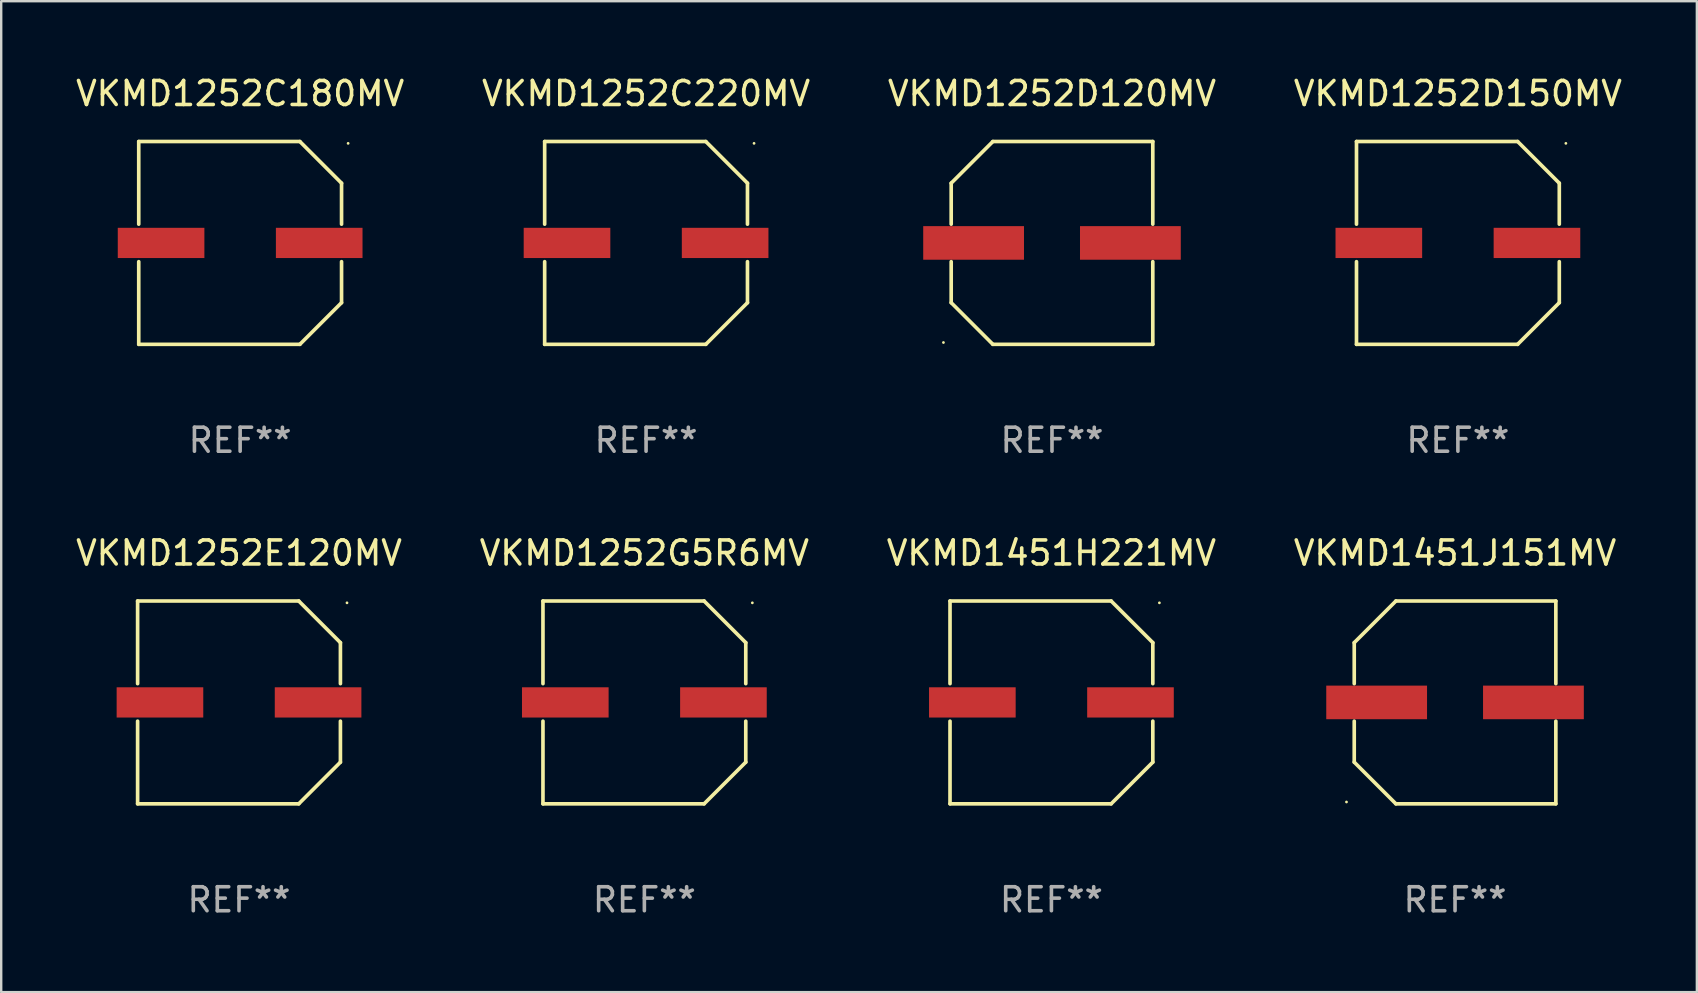
<source format=kicad_pcb>
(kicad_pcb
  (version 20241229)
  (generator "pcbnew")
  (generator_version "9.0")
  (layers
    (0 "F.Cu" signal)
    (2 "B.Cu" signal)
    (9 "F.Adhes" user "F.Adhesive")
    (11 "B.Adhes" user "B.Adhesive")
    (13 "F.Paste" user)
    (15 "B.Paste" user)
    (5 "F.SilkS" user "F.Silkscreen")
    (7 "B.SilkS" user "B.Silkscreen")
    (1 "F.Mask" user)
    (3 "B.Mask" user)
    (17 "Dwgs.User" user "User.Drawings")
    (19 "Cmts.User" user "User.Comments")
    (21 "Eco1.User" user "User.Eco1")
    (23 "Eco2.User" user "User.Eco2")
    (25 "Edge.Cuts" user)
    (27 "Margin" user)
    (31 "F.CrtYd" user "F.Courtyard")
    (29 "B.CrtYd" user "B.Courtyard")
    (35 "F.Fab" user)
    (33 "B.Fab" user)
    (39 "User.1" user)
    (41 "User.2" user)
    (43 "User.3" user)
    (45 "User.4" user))
  (footprint "VKMD1252D120MV"
    (layer "F.Cu")
    (at 40.792 7.074)
    (property "Reference" "VKMD1252D120MV" (at 0 -6.226 0) (layer "F.SilkS") (effects (font (size 1 1) (thickness 0.15))))
    (attr through_hole)
    (fp_line (start -4.201 -2.49) (end -4.201 -0.782) (stroke (width 0.152) (type solid)) (layer "F.SilkS"))
    (fp_line (start -4.201 2.49) (end -4.201 0.782) (stroke (width 0.152) (type solid)) (layer "F.SilkS"))
    (fp_line (start -2.465 -4.226) (end -4.201 -2.49) (stroke (width 0.152) (type solid)) (layer "F.SilkS"))
    (fp_line (start -2.465 4.226) (end -4.201 2.49) (stroke (width 0.152) (type solid)) (layer "F.SilkS"))
    (fp_line (start 4.201 -4.226) (end -2.465 -4.226) (stroke (width 0.152) (type solid)) (layer "F.SilkS"))
    (fp_line (start 4.201 -0.782) (end 4.201 -4.226) (stroke (width 0.152) (type solid)) (layer "F.SilkS"))
    (fp_line (start 4.201 0.782) (end 4.201 4.226) (stroke (width 0.152) (type solid)) (layer "F.SilkS"))
    (fp_line (start 4.201 4.226) (end -2.465 4.226) (stroke (width 0.152) (type solid)) (layer "F.SilkS"))
    (fp_circle (center -4.524 4.15) (end -4.494 4.15) (stroke (width 0.06) (type solid)) (fill no) (layer "F.SilkS"))
    (fp_text user "REF**" (at 0 8.226 0) (layer "F.Fab") (effects (font (size 1 1) (thickness 0.15))))
    (pad "1" smd rect (at -3.267 0) (size 4.2 1.4) (layers "F.Cu" "F.Mask" "F.Paste"))
    (pad "2" smd rect (at 3.267 0) (size 4.2 1.4) (layers "F.Cu" "F.Mask" "F.Paste")))
  (footprint "VKMD1451H221MV"
    (layer "F.Cu")
    (at 40.768 26.223)
    (property "Reference" "VKMD1451H221MV" (at 0 -6.226 0) (layer "F.SilkS") (effects (font (size 1 1) (thickness 0.15))))
    (attr through_hole)
    (fp_line (start -4.226 -4.226) (end 2.49 -4.226) (stroke (width 0.152) (type solid)) (layer "F.SilkS"))
    (fp_line (start -4.226 -0.782) (end -4.226 -4.226) (stroke (width 0.152) (type solid)) (layer "F.SilkS"))
    (fp_line (start -4.226 0.782) (end -4.226 4.226) (stroke (width 0.152) (type solid)) (layer "F.SilkS"))
    (fp_line (start -4.226 4.226) (end 2.49 4.226) (stroke (width 0.152) (type solid)) (layer "F.SilkS"))
    (fp_line (start 2.49 -4.226) (end 4.226 -2.49) (stroke (width 0.152) (type solid)) (layer "F.SilkS"))
    (fp_line (start 2.49 4.226) (end 4.226 2.49) (stroke (width 0.152) (type solid)) (layer "F.SilkS"))
    (fp_line (start 4.226 -2.49) (end 4.226 -0.782) (stroke (width 0.152) (type solid)) (layer "F.SilkS"))
    (fp_line (start 4.226 2.49) (end 4.226 0.782) (stroke (width 0.152) (type solid)) (layer "F.SilkS"))
    (fp_circle (center 4.5 -4.15) (end 4.53 -4.15) (stroke (width 0.06) (type solid)) (fill no) (layer "F.SilkS"))
    (fp_text user "REF**" (at 0 8.226 0) (layer "F.Fab") (effects (font (size 1 1) (thickness 0.15))))
    (pad "1" smd rect (at 3.295 0 180) (size 3.61 1.26) (layers "F.Cu" "F.Mask" "F.Paste"))
    (pad "2" smd rect (at -3.295 0 180) (size 3.61 1.26) (layers "F.Cu" "F.Mask" "F.Paste")))
  (footprint "VKMD1252G5R6MV"
    (layer "F.Cu")
    (at 23.804 26.223)
    (property "Reference" "VKMD1252G5R6MV" (at 0 -6.226 0) (layer "F.SilkS") (effects (font (size 1 1) (thickness 0.15))))
    (attr through_hole)
    (fp_line (start -4.226 -4.226) (end 2.49 -4.226) (stroke (width 0.152) (type solid)) (layer "F.SilkS"))
    (fp_line (start -4.226 -0.782) (end -4.226 -4.226) (stroke (width 0.152) (type solid)) (layer "F.SilkS"))
    (fp_line (start -4.226 0.782) (end -4.226 4.226) (stroke (width 0.152) (type solid)) (layer "F.SilkS"))
    (fp_line (start -4.226 4.226) (end 2.49 4.226) (stroke (width 0.152) (type solid)) (layer "F.SilkS"))
    (fp_line (start 2.49 -4.226) (end 4.226 -2.49) (stroke (width 0.152) (type solid)) (layer "F.SilkS"))
    (fp_line (start 2.49 4.226) (end 4.226 2.49) (stroke (width 0.152) (type solid)) (layer "F.SilkS"))
    (fp_line (start 4.226 -2.49) (end 4.226 -0.782) (stroke (width 0.152) (type solid)) (layer "F.SilkS"))
    (fp_line (start 4.226 2.49) (end 4.226 0.782) (stroke (width 0.152) (type solid)) (layer "F.SilkS"))
    (fp_circle (center 4.5 -4.15) (end 4.53 -4.15) (stroke (width 0.06) (type solid)) (fill no) (layer "F.SilkS"))
    (fp_text user "REF**" (at 0 8.226 0) (layer "F.Fab") (effects (font (size 1 1) (thickness 0.15))))
    (pad "1" smd rect (at 3.295 0 180) (size 3.61 1.26) (layers "F.Cu" "F.Mask" "F.Paste"))
    (pad "2" smd rect (at -3.295 0 180) (size 3.61 1.26) (layers "F.Cu" "F.Mask" "F.Paste")))
  (footprint "VKMD1252D150MV"
    (layer "F.Cu")
    (at 57.708 7.074)
    (property "Reference" "VKMD1252D150MV" (at 0 -6.226 0) (layer "F.SilkS") (effects (font (size 1 1) (thickness 0.15))))
    (attr through_hole)
    (fp_line (start -4.226 -4.226) (end 2.49 -4.226) (stroke (width 0.152) (type solid)) (layer "F.SilkS"))
    (fp_line (start -4.226 -0.782) (end -4.226 -4.226) (stroke (width 0.152) (type solid)) (layer "F.SilkS"))
    (fp_line (start -4.226 0.782) (end -4.226 4.226) (stroke (width 0.152) (type solid)) (layer "F.SilkS"))
    (fp_line (start -4.226 4.226) (end 2.49 4.226) (stroke (width 0.152) (type solid)) (layer "F.SilkS"))
    (fp_line (start 2.49 -4.226) (end 4.226 -2.49) (stroke (width 0.152) (type solid)) (layer "F.SilkS"))
    (fp_line (start 2.49 4.226) (end 4.226 2.49) (stroke (width 0.152) (type solid)) (layer "F.SilkS"))
    (fp_line (start 4.226 -2.49) (end 4.226 -0.782) (stroke (width 0.152) (type solid)) (layer "F.SilkS"))
    (fp_line (start 4.226 2.49) (end 4.226 0.782) (stroke (width 0.152) (type solid)) (layer "F.SilkS"))
    (fp_circle (center 4.5 -4.15) (end 4.53 -4.15) (stroke (width 0.06) (type solid)) (fill no) (layer "F.SilkS"))
    (fp_text user "REF**" (at 0 8.226 0) (layer "F.Fab") (effects (font (size 1 1) (thickness 0.15))))
    (pad "1" smd rect (at 3.295 0 180) (size 3.61 1.26) (layers "F.Cu" "F.Mask" "F.Paste"))
    (pad "2" smd rect (at -3.295 0 180) (size 3.61 1.26) (layers "F.Cu" "F.Mask" "F.Paste")))
  (footprint "VKMD1451J151MV"
    (layer "F.Cu")
    (at 57.589 26.223)
    (property "Reference" "VKMD1451J151MV" (at 0 -6.226 0) (layer "F.SilkS") (effects (font (size 1 1) (thickness 0.15))))
    (attr through_hole)
    (fp_line (start -4.201 -2.49) (end -4.201 -0.782) (stroke (width 0.152) (type solid)) (layer "F.SilkS"))
    (fp_line (start -4.201 2.49) (end -4.201 0.782) (stroke (width 0.152) (type solid)) (layer "F.SilkS"))
    (fp_line (start -2.465 -4.226) (end -4.201 -2.49) (stroke (width 0.152) (type solid)) (layer "F.SilkS"))
    (fp_line (start -2.465 4.226) (end -4.201 2.49) (stroke (width 0.152) (type solid)) (layer "F.SilkS"))
    (fp_line (start 4.201 -4.226) (end -2.465 -4.226) (stroke (width 0.152) (type solid)) (layer "F.SilkS"))
    (fp_line (start 4.201 -0.782) (end 4.201 -4.226) (stroke (width 0.152) (type solid)) (layer "F.SilkS"))
    (fp_line (start 4.201 0.782) (end 4.201 4.226) (stroke (width 0.152) (type solid)) (layer "F.SilkS"))
    (fp_line (start 4.201 4.226) (end -2.465 4.226) (stroke (width 0.152) (type solid)) (layer "F.SilkS"))
    (fp_circle (center -4.524 4.15) (end -4.494 4.15) (stroke (width 0.06) (type solid)) (fill no) (layer "F.SilkS"))
    (fp_text user "REF**" (at 0 8.226 0) (layer "F.Fab") (effects (font (size 1 1) (thickness 0.15))))
    (pad "1" smd rect (at -3.267 0) (size 4.2 1.4) (layers "F.Cu" "F.Mask" "F.Paste"))
    (pad "2" smd rect (at 3.267 0) (size 4.2 1.4) (layers "F.Cu" "F.Mask" "F.Paste")))
  (footprint "VKMD1252C220MV"
    (layer "F.Cu")
    (at 23.875 7.074)
    (property "Reference" "VKMD1252C220MV" (at 0 -6.226 0) (layer "F.SilkS") (effects (font (size 1 1) (thickness 0.15))))
    (attr through_hole)
    (fp_line (start -4.226 -4.226) (end 2.49 -4.226) (stroke (width 0.152) (type solid)) (layer "F.SilkS"))
    (fp_line (start -4.226 -0.782) (end -4.226 -4.226) (stroke (width 0.152) (type solid)) (layer "F.SilkS"))
    (fp_line (start -4.226 0.782) (end -4.226 4.226) (stroke (width 0.152) (type solid)) (layer "F.SilkS"))
    (fp_line (start -4.226 4.226) (end 2.49 4.226) (stroke (width 0.152) (type solid)) (layer "F.SilkS"))
    (fp_line (start 2.49 -4.226) (end 4.226 -2.49) (stroke (width 0.152) (type solid)) (layer "F.SilkS"))
    (fp_line (start 2.49 4.226) (end 4.226 2.49) (stroke (width 0.152) (type solid)) (layer "F.SilkS"))
    (fp_line (start 4.226 -2.49) (end 4.226 -0.782) (stroke (width 0.152) (type solid)) (layer "F.SilkS"))
    (fp_line (start 4.226 2.49) (end 4.226 0.782) (stroke (width 0.152) (type solid)) (layer "F.SilkS"))
    (fp_circle (center 4.5 -4.15) (end 4.53 -4.15) (stroke (width 0.06) (type solid)) (fill no) (layer "F.SilkS"))
    (fp_text user "REF**" (at 0 8.226 0) (layer "F.Fab") (effects (font (size 1 1) (thickness 0.15))))
    (pad "1" smd rect (at 3.295 0 180) (size 3.61 1.26) (layers "F.Cu" "F.Mask" "F.Paste"))
    (pad "2" smd rect (at -3.295 0 180) (size 3.61 1.26) (layers "F.Cu" "F.Mask" "F.Paste")))
  (footprint "VKMD1252E120MV"
    (layer "F.Cu")
    (at 6.911 26.223)
    (property "Reference" "VKMD1252E120MV" (at 0 -6.226 0) (layer "F.SilkS") (effects (font (size 1 1) (thickness 0.15))))
    (attr through_hole)
    (fp_line (start -4.226 -4.226) (end 2.49 -4.226) (stroke (width 0.152) (type solid)) (layer "F.SilkS"))
    (fp_line (start -4.226 -0.782) (end -4.226 -4.226) (stroke (width 0.152) (type solid)) (layer "F.SilkS"))
    (fp_line (start -4.226 0.782) (end -4.226 4.226) (stroke (width 0.152) (type solid)) (layer "F.SilkS"))
    (fp_line (start -4.226 4.226) (end 2.49 4.226) (stroke (width 0.152) (type solid)) (layer "F.SilkS"))
    (fp_line (start 2.49 -4.226) (end 4.226 -2.49) (stroke (width 0.152) (type solid)) (layer "F.SilkS"))
    (fp_line (start 2.49 4.226) (end 4.226 2.49) (stroke (width 0.152) (type solid)) (layer "F.SilkS"))
    (fp_line (start 4.226 -2.49) (end 4.226 -0.782) (stroke (width 0.152) (type solid)) (layer "F.SilkS"))
    (fp_line (start 4.226 2.49) (end 4.226 0.782) (stroke (width 0.152) (type solid)) (layer "F.SilkS"))
    (fp_circle (center 4.5 -4.15) (end 4.53 -4.15) (stroke (width 0.06) (type solid)) (fill no) (layer "F.SilkS"))
    (fp_text user "REF**" (at 0 8.226 0) (layer "F.Fab") (effects (font (size 1 1) (thickness 0.15))))
    (pad "1" smd rect (at 3.295 0 180) (size 3.61 1.26) (layers "F.Cu" "F.Mask" "F.Paste"))
    (pad "2" smd rect (at -3.295 0 180) (size 3.61 1.26) (layers "F.Cu" "F.Mask" "F.Paste")))
  (footprint "VKMD1252C180MV"
    (layer "F.Cu")
    (at 6.958 7.074)
    (property "Reference" "VKMD1252C180MV" (at 0 -6.226 0) (layer "F.SilkS") (effects (font (size 1 1) (thickness 0.15))))
    (attr through_hole)
    (fp_line (start -4.226 -4.226) (end 2.49 -4.226) (stroke (width 0.152) (type solid)) (layer "F.SilkS"))
    (fp_line (start -4.226 -0.782) (end -4.226 -4.226) (stroke (width 0.152) (type solid)) (layer "F.SilkS"))
    (fp_line (start -4.226 0.782) (end -4.226 4.226) (stroke (width 0.152) (type solid)) (layer "F.SilkS"))
    (fp_line (start -4.226 4.226) (end 2.49 4.226) (stroke (width 0.152) (type solid)) (layer "F.SilkS"))
    (fp_line (start 2.49 -4.226) (end 4.226 -2.49) (stroke (width 0.152) (type solid)) (layer "F.SilkS"))
    (fp_line (start 2.49 4.226) (end 4.226 2.49) (stroke (width 0.152) (type solid)) (layer "F.SilkS"))
    (fp_line (start 4.226 -2.49) (end 4.226 -0.782) (stroke (width 0.152) (type solid)) (layer "F.SilkS"))
    (fp_line (start 4.226 2.49) (end 4.226 0.782) (stroke (width 0.152) (type solid)) (layer "F.SilkS"))
    (fp_circle (center 4.5 -4.15) (end 4.53 -4.15) (stroke (width 0.06) (type solid)) (fill no) (layer "F.SilkS"))
    (fp_text user "REF**" (at 0 8.226 0) (layer "F.Fab") (effects (font (size 1 1) (thickness 0.15))))
    (pad "1" smd rect (at 3.295 0 180) (size 3.61 1.26) (layers "F.Cu" "F.Mask" "F.Paste"))
    (pad "2" smd rect (at -3.295 0 180) (size 3.61 1.26) (layers "F.Cu" "F.Mask" "F.Paste")))
  (gr_rect
    (start -3 -3)
    (end 67.667 38.298)
    (stroke (width 0.1) (type default))
    (fill no)
    (layer "Edge.Cuts")))
</source>
